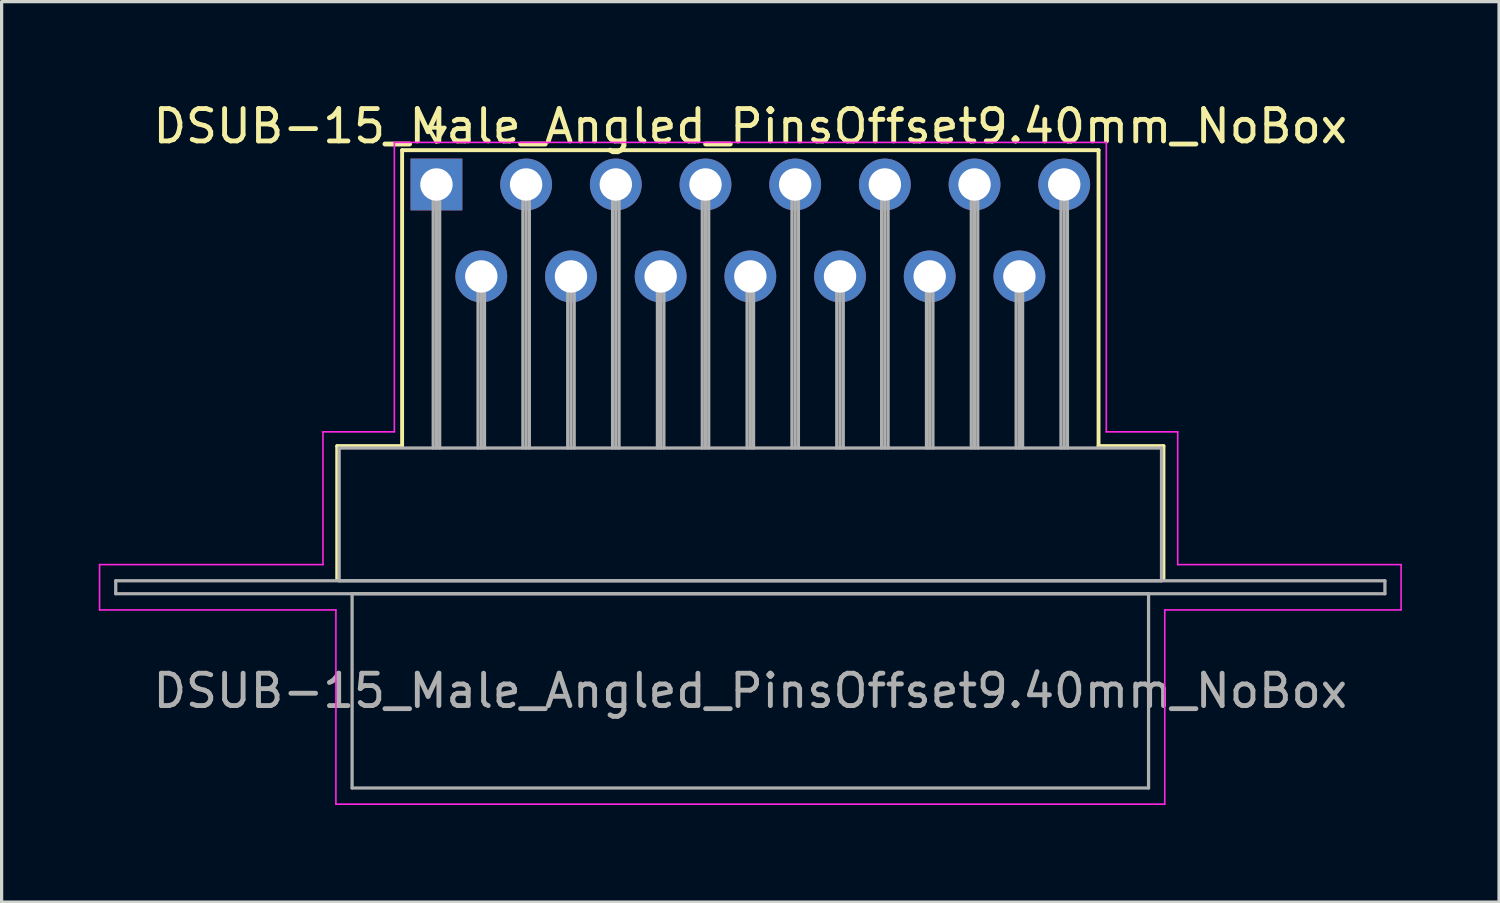
<source format=kicad_pcb>
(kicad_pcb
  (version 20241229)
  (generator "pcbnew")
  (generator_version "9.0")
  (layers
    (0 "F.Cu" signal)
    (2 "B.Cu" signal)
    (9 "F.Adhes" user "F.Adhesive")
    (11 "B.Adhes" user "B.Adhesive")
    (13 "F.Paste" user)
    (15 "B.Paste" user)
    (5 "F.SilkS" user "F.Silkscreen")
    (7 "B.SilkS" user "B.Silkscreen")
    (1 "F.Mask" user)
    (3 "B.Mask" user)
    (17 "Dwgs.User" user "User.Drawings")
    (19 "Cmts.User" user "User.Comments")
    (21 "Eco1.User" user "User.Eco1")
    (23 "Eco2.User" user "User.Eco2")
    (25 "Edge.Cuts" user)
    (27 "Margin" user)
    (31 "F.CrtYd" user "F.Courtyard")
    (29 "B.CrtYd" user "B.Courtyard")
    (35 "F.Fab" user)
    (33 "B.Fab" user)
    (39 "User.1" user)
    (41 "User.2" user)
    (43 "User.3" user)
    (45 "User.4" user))
  (footprint "DSUB-15_Male_Angled_PinsOffset9.40mm_NoBox"
    (layer "F.Cu")
    (at 10.43 2.648)
    (property "Reference" "DSUB-15_Male_Angled_PinsOffset9.40mm_NoBox" (at 9.695 -1.8 0) (layer "F.SilkS") (effects (font (size 1 1) (thickness 0.15))))
    (attr through_hole)
    (fp_line (start -3.065 8.08) (end -1.06 8.08) (stroke (width 0.12) (type solid)) (layer "F.SilkS"))
    (fp_line (start -3.065 12.18) (end -3.065 8.08) (stroke (width 0.12) (type solid)) (layer "F.SilkS"))
    (fp_line (start -1.06 -1.06) (end 20.45 -1.06) (stroke (width 0.12) (type solid)) (layer "F.SilkS"))
    (fp_line (start -1.06 8.08) (end -1.06 -1.06) (stroke (width 0.12) (type solid)) (layer "F.SilkS"))
    (fp_line (start -0.25 -1.754) (end 0.25 -1.754) (stroke (width 0.12) (type solid)) (layer "F.SilkS"))
    (fp_line (start 0 -1.321) (end -0.25 -1.754) (stroke (width 0.12) (type solid)) (layer "F.SilkS"))
    (fp_line (start 0.25 -1.754) (end 0 -1.321) (stroke (width 0.12) (type solid)) (layer "F.SilkS"))
    (fp_line (start 20.45 -1.06) (end 20.45 8.08) (stroke (width 0.12) (type solid)) (layer "F.SilkS"))
    (fp_line (start 20.45 8.08) (end 22.455 8.08) (stroke (width 0.12) (type solid)) (layer "F.SilkS"))
    (fp_line (start 22.455 8.08) (end 22.455 12.18) (stroke (width 0.12) (type solid)) (layer "F.SilkS"))
    (fp_line (start -10.405 11.74) (end -3.505 11.74) (stroke (width 0.05) (type solid)) (layer "F.CrtYd"))
    (fp_line (start -10.405 13.14) (end -10.405 11.74) (stroke (width 0.05) (type solid)) (layer "F.CrtYd"))
    (fp_line (start -3.505 7.64) (end -1.3 7.64) (stroke (width 0.05) (type solid)) (layer "F.CrtYd"))
    (fp_line (start -3.505 11.74) (end -3.505 7.64) (stroke (width 0.05) (type solid)) (layer "F.CrtYd"))
    (fp_line (start -3.105 13.14) (end -10.405 13.14) (stroke (width 0.05) (type solid)) (layer "F.CrtYd"))
    (fp_line (start -3.105 19.14) (end -3.105 13.14) (stroke (width 0.05) (type solid)) (layer "F.CrtYd"))
    (fp_line (start -1.3 -1.3) (end 20.69 -1.3) (stroke (width 0.05) (type solid)) (layer "F.CrtYd"))
    (fp_line (start -1.3 7.64) (end -1.3 -1.3) (stroke (width 0.05) (type solid)) (layer "F.CrtYd"))
    (fp_line (start 20.69 -1.3) (end 20.69 7.64) (stroke (width 0.05) (type solid)) (layer "F.CrtYd"))
    (fp_line (start 20.69 7.64) (end 22.895 7.64) (stroke (width 0.05) (type solid)) (layer "F.CrtYd"))
    (fp_line (start 22.495 13.14) (end 22.495 19.14) (stroke (width 0.05) (type solid)) (layer "F.CrtYd"))
    (fp_line (start 22.495 19.14) (end -3.105 19.14) (stroke (width 0.05) (type solid)) (layer "F.CrtYd"))
    (fp_line (start 22.895 7.64) (end 22.895 11.74) (stroke (width 0.05) (type solid)) (layer "F.CrtYd"))
    (fp_line (start 22.895 11.74) (end 29.795 11.74) (stroke (width 0.05) (type solid)) (layer "F.CrtYd"))
    (fp_line (start 29.795 11.74) (end 29.795 13.14) (stroke (width 0.05) (type solid)) (layer "F.CrtYd"))
    (fp_line (start 29.795 13.14) (end 22.495 13.14) (stroke (width 0.05) (type solid)) (layer "F.CrtYd"))
    (fp_line (start -9.905 12.24) (end -9.905 12.64) (stroke (width 0.1) (type solid)) (layer "F.Fab"))
    (fp_line (start -9.905 12.64) (end 29.295 12.64) (stroke (width 0.1) (type solid)) (layer "F.Fab"))
    (fp_line (start -3.005 8.14) (end -3.005 12.24) (stroke (width 0.1) (type solid)) (layer "F.Fab"))
    (fp_line (start -3.005 12.24) (end 22.395 12.24) (stroke (width 0.1) (type solid)) (layer "F.Fab"))
    (fp_line (start -2.605 12.64) (end -2.605 18.64) (stroke (width 0.1) (type solid)) (layer "F.Fab"))
    (fp_line (start -2.605 18.64) (end 21.995 18.64) (stroke (width 0.1) (type solid)) (layer "F.Fab"))
    (fp_line (start -0.1 0) (end -0.1 8.14) (stroke (width 0.1) (type solid)) (layer "F.Fab"))
    (fp_line (start 0 0) (end 0 8.14) (stroke (width 0.1) (type solid)) (layer "F.Fab"))
    (fp_line (start 0.1 0) (end 0.1 8.14) (stroke (width 0.1) (type solid)) (layer "F.Fab"))
    (fp_line (start 1.285 2.84) (end 1.285 8.14) (stroke (width 0.1) (type solid)) (layer "F.Fab"))
    (fp_line (start 1.385 2.84) (end 1.385 8.14) (stroke (width 0.1) (type solid)) (layer "F.Fab"))
    (fp_line (start 1.485 2.84) (end 1.485 8.14) (stroke (width 0.1) (type solid)) (layer "F.Fab"))
    (fp_line (start 2.67 0) (end 2.67 8.14) (stroke (width 0.1) (type solid)) (layer "F.Fab"))
    (fp_line (start 2.77 0) (end 2.77 8.14) (stroke (width 0.1) (type solid)) (layer "F.Fab"))
    (fp_line (start 2.87 0) (end 2.87 8.14) (stroke (width 0.1) (type solid)) (layer "F.Fab"))
    (fp_line (start 4.055 2.84) (end 4.055 8.14) (stroke (width 0.1) (type solid)) (layer "F.Fab"))
    (fp_line (start 4.155 2.84) (end 4.155 8.14) (stroke (width 0.1) (type solid)) (layer "F.Fab"))
    (fp_line (start 4.255 2.84) (end 4.255 8.14) (stroke (width 0.1) (type solid)) (layer "F.Fab"))
    (fp_line (start 5.44 0) (end 5.44 8.14) (stroke (width 0.1) (type solid)) (layer "F.Fab"))
    (fp_line (start 5.54 0) (end 5.54 8.14) (stroke (width 0.1) (type solid)) (layer "F.Fab"))
    (fp_line (start 5.64 0) (end 5.64 8.14) (stroke (width 0.1) (type solid)) (layer "F.Fab"))
    (fp_line (start 6.825 2.84) (end 6.825 8.14) (stroke (width 0.1) (type solid)) (layer "F.Fab"))
    (fp_line (start 6.925 2.84) (end 6.925 8.14) (stroke (width 0.1) (type solid)) (layer "F.Fab"))
    (fp_line (start 7.025 2.84) (end 7.025 8.14) (stroke (width 0.1) (type solid)) (layer "F.Fab"))
    (fp_line (start 8.21 0) (end 8.21 8.14) (stroke (width 0.1) (type solid)) (layer "F.Fab"))
    (fp_line (start 8.31 0) (end 8.31 8.14) (stroke (width 0.1) (type solid)) (layer "F.Fab"))
    (fp_line (start 8.41 0) (end 8.41 8.14) (stroke (width 0.1) (type solid)) (layer "F.Fab"))
    (fp_line (start 9.595 2.84) (end 9.595 8.14) (stroke (width 0.1) (type solid)) (layer "F.Fab"))
    (fp_line (start 9.695 2.84) (end 9.695 8.14) (stroke (width 0.1) (type solid)) (layer "F.Fab"))
    (fp_line (start 9.795 2.84) (end 9.795 8.14) (stroke (width 0.1) (type solid)) (layer "F.Fab"))
    (fp_line (start 10.98 0) (end 10.98 8.14) (stroke (width 0.1) (type solid)) (layer "F.Fab"))
    (fp_line (start 11.08 0) (end 11.08 8.14) (stroke (width 0.1) (type solid)) (layer "F.Fab"))
    (fp_line (start 11.18 0) (end 11.18 8.14) (stroke (width 0.1) (type solid)) (layer "F.Fab"))
    (fp_line (start 12.365 2.84) (end 12.365 8.14) (stroke (width 0.1) (type solid)) (layer "F.Fab"))
    (fp_line (start 12.465 2.84) (end 12.465 8.14) (stroke (width 0.1) (type solid)) (layer "F.Fab"))
    (fp_line (start 12.565 2.84) (end 12.565 8.14) (stroke (width 0.1) (type solid)) (layer "F.Fab"))
    (fp_line (start 13.75 0) (end 13.75 8.14) (stroke (width 0.1) (type solid)) (layer "F.Fab"))
    (fp_line (start 13.85 0) (end 13.85 8.14) (stroke (width 0.1) (type solid)) (layer "F.Fab"))
    (fp_line (start 13.95 0) (end 13.95 8.14) (stroke (width 0.1) (type solid)) (layer "F.Fab"))
    (fp_line (start 15.135 2.84) (end 15.135 8.14) (stroke (width 0.1) (type solid)) (layer "F.Fab"))
    (fp_line (start 15.235 2.84) (end 15.235 8.14) (stroke (width 0.1) (type solid)) (layer "F.Fab"))
    (fp_line (start 15.335 2.84) (end 15.335 8.14) (stroke (width 0.1) (type solid)) (layer "F.Fab"))
    (fp_line (start 16.52 0) (end 16.52 8.14) (stroke (width 0.1) (type solid)) (layer "F.Fab"))
    (fp_line (start 16.62 0) (end 16.62 8.14) (stroke (width 0.1) (type solid)) (layer "F.Fab"))
    (fp_line (start 16.72 0) (end 16.72 8.14) (stroke (width 0.1) (type solid)) (layer "F.Fab"))
    (fp_line (start 17.905 2.84) (end 17.905 8.14) (stroke (width 0.1) (type solid)) (layer "F.Fab"))
    (fp_line (start 18.005 2.84) (end 18.005 8.14) (stroke (width 0.1) (type solid)) (layer "F.Fab"))
    (fp_line (start 18.105 2.84) (end 18.105 8.14) (stroke (width 0.1) (type solid)) (layer "F.Fab"))
    (fp_line (start 19.29 0) (end 19.29 8.14) (stroke (width 0.1) (type solid)) (layer "F.Fab"))
    (fp_line (start 19.39 0) (end 19.39 8.14) (stroke (width 0.1) (type solid)) (layer "F.Fab"))
    (fp_line (start 19.49 0) (end 19.49 8.14) (stroke (width 0.1) (type solid)) (layer "F.Fab"))
    (fp_line (start 21.995 12.64) (end -2.605 12.64) (stroke (width 0.1) (type solid)) (layer "F.Fab"))
    (fp_line (start 21.995 18.64) (end 21.995 12.64) (stroke (width 0.1) (type solid)) (layer "F.Fab"))
    (fp_line (start 22.395 8.14) (end -3.005 8.14) (stroke (width 0.1) (type solid)) (layer "F.Fab"))
    (fp_line (start 22.395 12.24) (end 22.395 8.14) (stroke (width 0.1) (type solid)) (layer "F.Fab"))
    (fp_line (start 29.295 12.24) (end -9.905 12.24) (stroke (width 0.1) (type solid)) (layer "F.Fab"))
    (fp_line (start 29.295 12.64) (end 29.295 12.24) (stroke (width 0.1) (type solid)) (layer "F.Fab"))
    (fp_text user "${REFERENCE}" (at 9.695 15.64 0) (layer "F.Fab") (effects (font (size 1 1) (thickness 0.15))))
    (pad "1" thru_hole rect (at 0 0) (size 1.6 1.6) (drill 1) (layers "*.Cu" "*.Mask"))
    (pad "2" thru_hole circle (at 2.77 0) (size 1.6 1.6) (drill 1) (layers "*.Cu" "*.Mask"))
    (pad "3" thru_hole circle (at 5.54 0) (size 1.6 1.6) (drill 1) (layers "*.Cu" "*.Mask"))
    (pad "4" thru_hole circle (at 8.31 0) (size 1.6 1.6) (drill 1) (layers "*.Cu" "*.Mask"))
    (pad "5" thru_hole circle (at 11.08 0) (size 1.6 1.6) (drill 1) (layers "*.Cu" "*.Mask"))
    (pad "6" thru_hole circle (at 13.85 0) (size 1.6 1.6) (drill 1) (layers "*.Cu" "*.Mask"))
    (pad "7" thru_hole circle (at 16.62 0) (size 1.6 1.6) (drill 1) (layers "*.Cu" "*.Mask"))
    (pad "8" thru_hole circle (at 19.39 0) (size 1.6 1.6) (drill 1) (layers "*.Cu" "*.Mask"))
    (pad "9" thru_hole circle (at 1.385 2.84) (size 1.6 1.6) (drill 1) (layers "*.Cu" "*.Mask"))
    (pad "10" thru_hole circle (at 4.155 2.84) (size 1.6 1.6) (drill 1) (layers "*.Cu" "*.Mask"))
    (pad "11" thru_hole circle (at 6.925 2.84) (size 1.6 1.6) (drill 1) (layers "*.Cu" "*.Mask"))
    (pad "12" thru_hole circle (at 9.695 2.84) (size 1.6 1.6) (drill 1) (layers "*.Cu" "*.Mask"))
    (pad "13" thru_hole circle (at 12.465 2.84) (size 1.6 1.6) (drill 1) (layers "*.Cu" "*.Mask"))
    (pad "14" thru_hole circle (at 15.235 2.84) (size 1.6 1.6) (drill 1) (layers "*.Cu" "*.Mask"))
    (pad "15" thru_hole circle (at 18.005 2.84) (size 1.6 1.6) (drill 1) (layers "*.Cu" "*.Mask")))
  (gr_rect
    (start -3 -3)
    (end 43.25 24.813)
    (stroke (width 0.1) (type default))
    (fill no)
    (layer "Edge.Cuts")))
</source>
